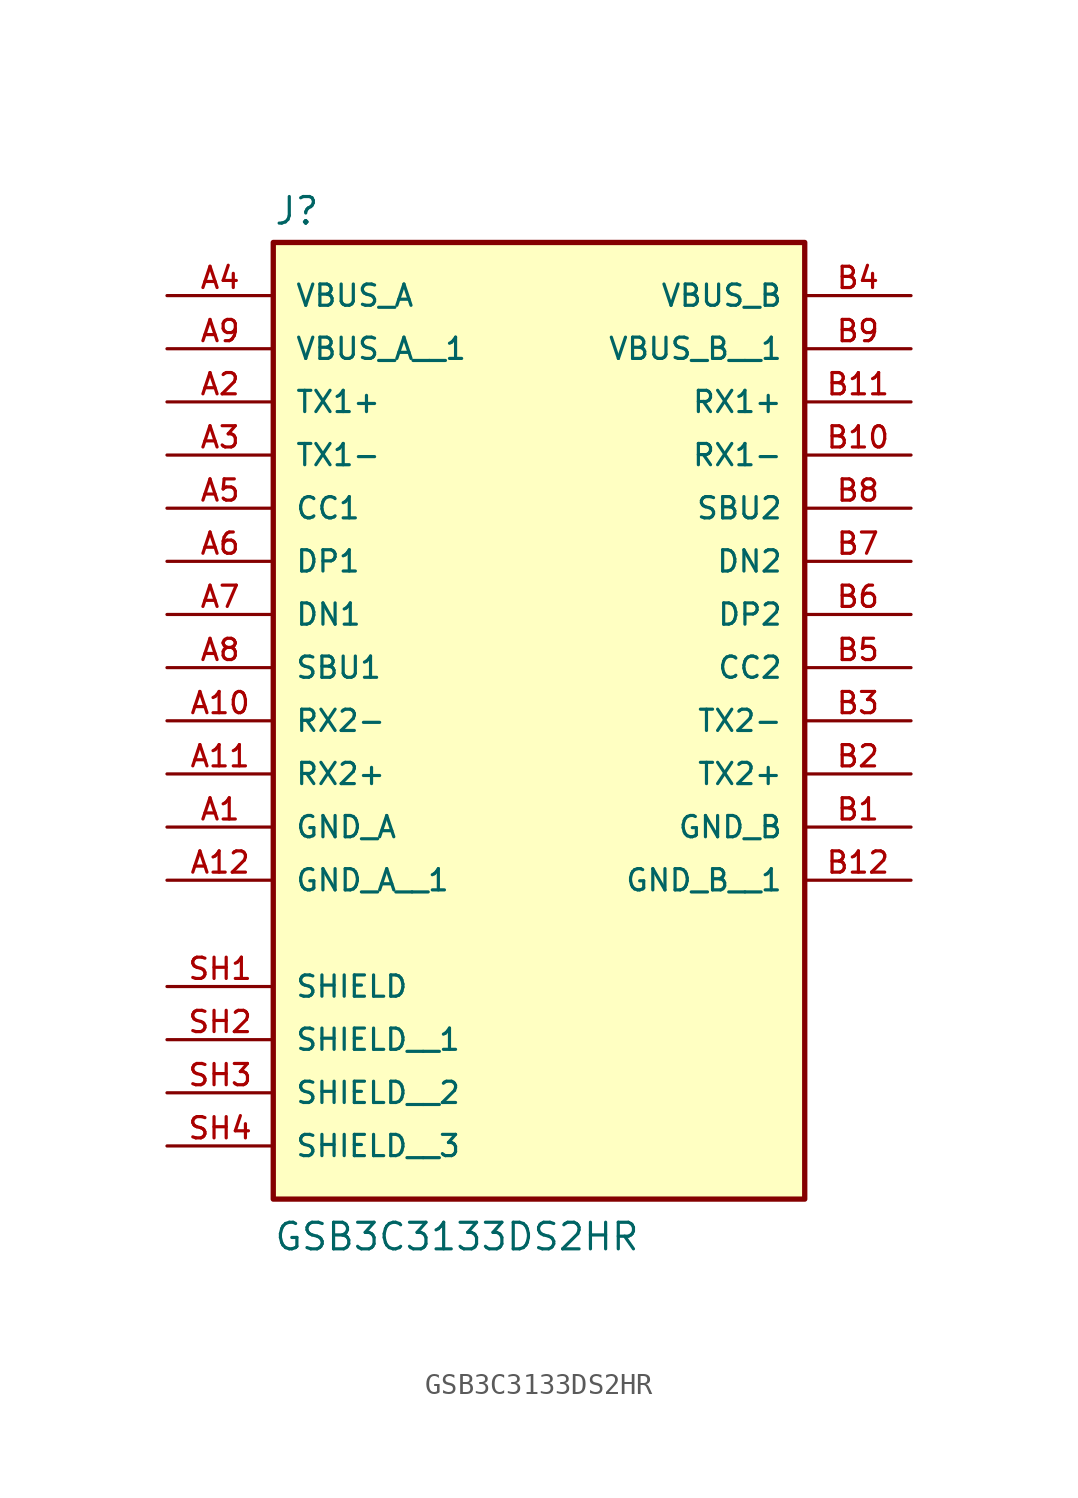
<source format=kicad_sym>
(kicad_symbol_lib
  (version 20211014)
  (generator kicad_symbol_editor)
  (symbol "GSB3C3133DS2HR"
    (pin_names
      (offset 1.016))
    (property "Reference" "J"
      (at -12.7 16.002 0)
      (effects (font (size 1.27 1.27)) (justify bottom left)))
    (property "Value" "GSB3C3133DS2HR"
      (at -12.7 -33.02 0)
      (effects (font (size 1.27 1.27)) (justify bottom left)))
    (symbol "GSB3C3133DS2HR_0_0"
      (rectangle (start -12.7 -30.48) (end 12.7 15.24) (stroke (width 0.254)) (fill (type background)))
      (pin power_in line (at -17.78 -12.7 0) (length 5.08) (name "GND_A" (effects (font (size 1.016 1.016)))) (number "A1" (effects (font (size 1.016 1.016)))))
      (pin bidirectional line (at -17.78 5.08 0) (length 5.08) (name "TX1-" (effects (font (size 1.016 1.016)))) (number "A3" (effects (font (size 1.016 1.016)))))
      (pin bidirectional line (at -17.78 7.62 0) (length 5.08) (name "TX1+" (effects (font (size 1.016 1.016)))) (number "A2" (effects (font (size 1.016 1.016)))))
      (pin power_in line (at -17.78 12.7 0) (length 5.08) (name "VBUS_A" (effects (font (size 1.016 1.016)))) (number "A4" (effects (font (size 1.016 1.016)))))
      (pin bidirectional line (at -17.78 0.0 0) (length 5.08) (name "DP1" (effects (font (size 1.016 1.016)))) (number "A6" (effects (font (size 1.016 1.016)))))
      (pin bidirectional line (at -17.78 2.54 0) (length 5.08) (name "CC1" (effects (font (size 1.016 1.016)))) (number "A5" (effects (font (size 1.016 1.016)))))
      (pin bidirectional line (at -17.78 -5.08 0) (length 5.08) (name "SBU1" (effects (font (size 1.016 1.016)))) (number "A8" (effects (font (size 1.016 1.016)))))
      (pin bidirectional line (at -17.78 -2.54 0) (length 5.08) (name "DN1" (effects (font (size 1.016 1.016)))) (number "A7" (effects (font (size 1.016 1.016)))))
      (pin bidirectional line (at -17.78 -7.62 0) (length 5.08) (name "RX2-" (effects (font (size 1.016 1.016)))) (number "A10" (effects (font (size 1.016 1.016)))))
      (pin bidirectional line (at -17.78 -10.16 0) (length 5.08) (name "RX2+" (effects (font (size 1.016 1.016)))) (number "A11" (effects (font (size 1.016 1.016)))))
      (pin passive line (at -17.78 -20.32 0) (length 5.08) (name "SHIELD" (effects (font (size 1.016 1.016)))) (number "SH1" (effects (font (size 1.016 1.016)))))
      (pin power_in line (at 17.78 -12.7 180.0) (length 5.08) (name "GND_B" (effects (font (size 1.016 1.016)))) (number "B1" (effects (font (size 1.016 1.016)))))
      (pin bidirectional line (at 17.78 -7.62 180.0) (length 5.08) (name "TX2-" (effects (font (size 1.016 1.016)))) (number "B3" (effects (font (size 1.016 1.016)))))
      (pin bidirectional line (at 17.78 -10.16 180.0) (length 5.08) (name "TX2+" (effects (font (size 1.016 1.016)))) (number "B2" (effects (font (size 1.016 1.016)))))
      (pin power_in line (at 17.78 12.7 180.0) (length 5.08) (name "VBUS_B" (effects (font (size 1.016 1.016)))) (number "B4" (effects (font (size 1.016 1.016)))))
      (pin bidirectional line (at 17.78 -2.54 180.0) (length 5.08) (name "DP2" (effects (font (size 1.016 1.016)))) (number "B6" (effects (font (size 1.016 1.016)))))
      (pin bidirectional line (at 17.78 -5.08 180.0) (length 5.08) (name "CC2" (effects (font (size 1.016 1.016)))) (number "B5" (effects (font (size 1.016 1.016)))))
      (pin bidirectional line (at 17.78 2.54 180.0) (length 5.08) (name "SBU2" (effects (font (size 1.016 1.016)))) (number "B8" (effects (font (size 1.016 1.016)))))
      (pin bidirectional line (at 17.78 0.0 180.0) (length 5.08) (name "DN2" (effects (font (size 1.016 1.016)))) (number "B7" (effects (font (size 1.016 1.016)))))
      (pin bidirectional line (at 17.78 5.08 180.0) (length 5.08) (name "RX1-" (effects (font (size 1.016 1.016)))) (number "B10" (effects (font (size 1.016 1.016)))))
      (pin bidirectional line (at 17.78 7.62 180.0) (length 5.08) (name "RX1+" (effects (font (size 1.016 1.016)))) (number "B11" (effects (font (size 1.016 1.016)))))
      (pin power_in line (at -17.78 10.16 0) (length 5.08) (name "VBUS_A__1" (effects (font (size 1.016 1.016)))) (number "A9" (effects (font (size 1.016 1.016)))))
      (pin power_in line (at -17.78 -15.24 0) (length 5.08) (name "GND_A__1" (effects (font (size 1.016 1.016)))) (number "A12" (effects (font (size 1.016 1.016)))))
      (pin passive line (at -17.78 -22.86 0) (length 5.08) (name "SHIELD__1" (effects (font (size 1.016 1.016)))) (number "SH2" (effects (font (size 1.016 1.016)))))
      (pin passive line (at -17.78 -25.4 0) (length 5.08) (name "SHIELD__2" (effects (font (size 1.016 1.016)))) (number "SH3" (effects (font (size 1.016 1.016)))))
      (pin passive line (at -17.78 -27.94 0) (length 5.08) (name "SHIELD__3" (effects (font (size 1.016 1.016)))) (number "SH4" (effects (font (size 1.016 1.016)))))
      (pin power_in line (at 17.78 10.16 180.0) (length 5.08) (name "VBUS_B__1" (effects (font (size 1.016 1.016)))) (number "B9" (effects (font (size 1.016 1.016)))))
      (pin power_in line (at 17.78 -15.24 180.0) (length 5.08) (name "GND_B__1" (effects (font (size 1.016 1.016)))) (number "B12" (effects (font (size 1.016 1.016))))))))
</source>
